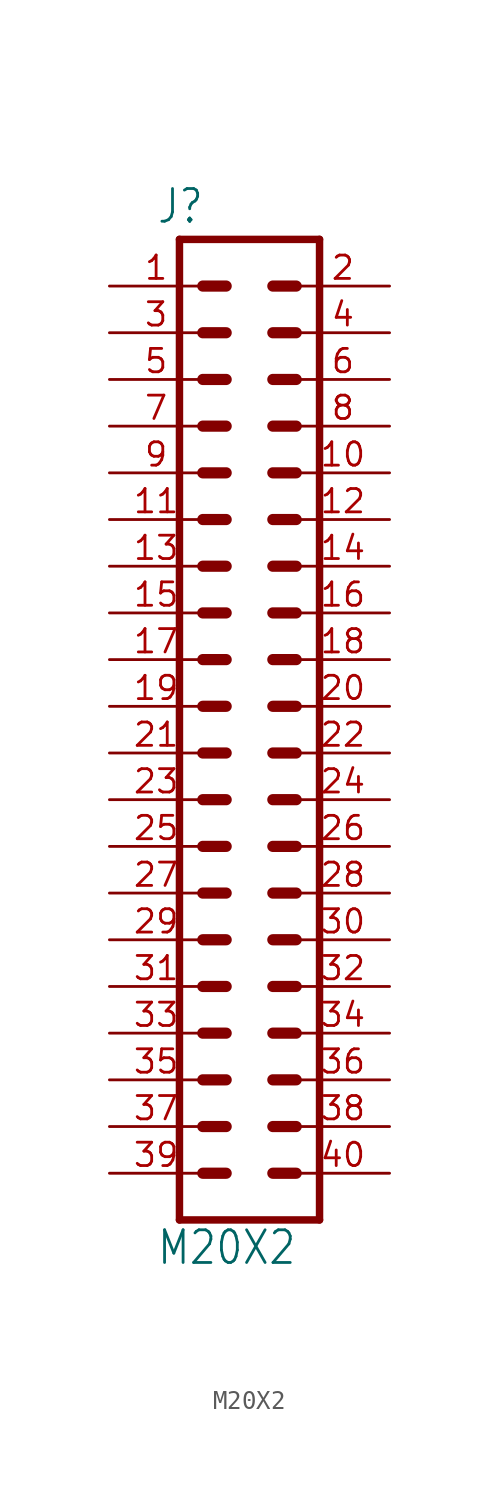
<source format=kicad_sym>
(kicad_symbol_lib
  (version 20211014)
  (generator kicad_symbol_editor)
  (symbol "M20X2"
    (property "Reference" "J"
      (at -5.08 26.162 0)
      (effects (font (size 1.778 1.511)) (justify left bottom)))
    (property "Value" "M20X2"
      (at -5.08 -30.48 0)
      (effects (font (size 1.778 1.511)) (justify left bottom)))
    (property "ki_locked" ""
      (at 0 0 0)
      (effects (font (size 1.27 1.27))))
    (symbol "M20X2_1_0"
      (polyline (pts (xy -3.81 25.4) (xy -3.81 -27.94)) (stroke (width 0.406) (type default) (color 0 0 0 0)) (fill (type none)))
      (polyline (pts (xy -3.81 25.4) (xy 3.81 25.4)) (stroke (width 0.406) (type default) (color 0 0 0 0)) (fill (type none)))
      (polyline (pts (xy -1.27 -25.4) (xy -2.54 -25.4)) (stroke (width 0.61) (type default) (color 0 0 0 0)) (fill (type none)))
      (polyline (pts (xy -1.27 -22.86) (xy -2.54 -22.86)) (stroke (width 0.61) (type default) (color 0 0 0 0)) (fill (type none)))
      (polyline (pts (xy -1.27 -20.32) (xy -2.54 -20.32)) (stroke (width 0.61) (type default) (color 0 0 0 0)) (fill (type none)))
      (polyline (pts (xy -1.27 -17.78) (xy -2.54 -17.78)) (stroke (width 0.61) (type default) (color 0 0 0 0)) (fill (type none)))
      (polyline (pts (xy -1.27 -15.24) (xy -2.54 -15.24)) (stroke (width 0.61) (type default) (color 0 0 0 0)) (fill (type none)))
      (polyline (pts (xy -1.27 -12.7) (xy -2.54 -12.7)) (stroke (width 0.61) (type default) (color 0 0 0 0)) (fill (type none)))
      (polyline (pts (xy -1.27 -10.16) (xy -2.54 -10.16)) (stroke (width 0.61) (type default) (color 0 0 0 0)) (fill (type none)))
      (polyline (pts (xy -1.27 -7.62) (xy -2.54 -7.62)) (stroke (width 0.61) (type default) (color 0 0 0 0)) (fill (type none)))
      (polyline (pts (xy -1.27 -5.08) (xy -2.54 -5.08)) (stroke (width 0.61) (type default) (color 0 0 0 0)) (fill (type none)))
      (polyline (pts (xy -1.27 -2.54) (xy -2.54 -2.54)) (stroke (width 0.61) (type default) (color 0 0 0 0)) (fill (type none)))
      (polyline (pts (xy -1.27 0) (xy -2.54 0)) (stroke (width 0.61) (type default) (color 0 0 0 0)) (fill (type none)))
      (polyline (pts (xy -1.27 2.54) (xy -2.54 2.54)) (stroke (width 0.61) (type default) (color 0 0 0 0)) (fill (type none)))
      (polyline (pts (xy -1.27 5.08) (xy -2.54 5.08)) (stroke (width 0.61) (type default) (color 0 0 0 0)) (fill (type none)))
      (polyline (pts (xy -1.27 7.62) (xy -2.54 7.62)) (stroke (width 0.61) (type default) (color 0 0 0 0)) (fill (type none)))
      (polyline (pts (xy -1.27 10.16) (xy -2.54 10.16)) (stroke (width 0.61) (type default) (color 0 0 0 0)) (fill (type none)))
      (polyline (pts (xy -1.27 12.7) (xy -2.54 12.7)) (stroke (width 0.61) (type default) (color 0 0 0 0)) (fill (type none)))
      (polyline (pts (xy -1.27 15.24) (xy -2.54 15.24)) (stroke (width 0.61) (type default) (color 0 0 0 0)) (fill (type none)))
      (polyline (pts (xy -1.27 17.78) (xy -2.54 17.78)) (stroke (width 0.61) (type default) (color 0 0 0 0)) (fill (type none)))
      (polyline (pts (xy -1.27 20.32) (xy -2.54 20.32)) (stroke (width 0.61) (type default) (color 0 0 0 0)) (fill (type none)))
      (polyline (pts (xy -1.27 22.86) (xy -2.54 22.86)) (stroke (width 0.61) (type default) (color 0 0 0 0)) (fill (type none)))
      (polyline (pts (xy 1.27 -25.4) (xy 2.54 -25.4)) (stroke (width 0.61) (type default) (color 0 0 0 0)) (fill (type none)))
      (polyline (pts (xy 1.27 -22.86) (xy 2.54 -22.86)) (stroke (width 0.61) (type default) (color 0 0 0 0)) (fill (type none)))
      (polyline (pts (xy 1.27 -20.32) (xy 2.54 -20.32)) (stroke (width 0.61) (type default) (color 0 0 0 0)) (fill (type none)))
      (polyline (pts (xy 1.27 -17.78) (xy 2.54 -17.78)) (stroke (width 0.61) (type default) (color 0 0 0 0)) (fill (type none)))
      (polyline (pts (xy 1.27 -15.24) (xy 2.54 -15.24)) (stroke (width 0.61) (type default) (color 0 0 0 0)) (fill (type none)))
      (polyline (pts (xy 1.27 -12.7) (xy 2.54 -12.7)) (stroke (width 0.61) (type default) (color 0 0 0 0)) (fill (type none)))
      (polyline (pts (xy 1.27 -10.16) (xy 2.54 -10.16)) (stroke (width 0.61) (type default) (color 0 0 0 0)) (fill (type none)))
      (polyline (pts (xy 1.27 -7.62) (xy 2.54 -7.62)) (stroke (width 0.61) (type default) (color 0 0 0 0)) (fill (type none)))
      (polyline (pts (xy 1.27 -5.08) (xy 2.54 -5.08)) (stroke (width 0.61) (type default) (color 0 0 0 0)) (fill (type none)))
      (polyline (pts (xy 1.27 -2.54) (xy 2.54 -2.54)) (stroke (width 0.61) (type default) (color 0 0 0 0)) (fill (type none)))
      (polyline (pts (xy 1.27 0) (xy 2.54 0)) (stroke (width 0.61) (type default) (color 0 0 0 0)) (fill (type none)))
      (polyline (pts (xy 1.27 2.54) (xy 2.54 2.54)) (stroke (width 0.61) (type default) (color 0 0 0 0)) (fill (type none)))
      (polyline (pts (xy 1.27 5.08) (xy 2.54 5.08)) (stroke (width 0.61) (type default) (color 0 0 0 0)) (fill (type none)))
      (polyline (pts (xy 1.27 7.62) (xy 2.54 7.62)) (stroke (width 0.61) (type default) (color 0 0 0 0)) (fill (type none)))
      (polyline (pts (xy 1.27 10.16) (xy 2.54 10.16)) (stroke (width 0.61) (type default) (color 0 0 0 0)) (fill (type none)))
      (polyline (pts (xy 1.27 12.7) (xy 2.54 12.7)) (stroke (width 0.61) (type default) (color 0 0 0 0)) (fill (type none)))
      (polyline (pts (xy 1.27 15.24) (xy 2.54 15.24)) (stroke (width 0.61) (type default) (color 0 0 0 0)) (fill (type none)))
      (polyline (pts (xy 1.27 17.78) (xy 2.54 17.78)) (stroke (width 0.61) (type default) (color 0 0 0 0)) (fill (type none)))
      (polyline (pts (xy 1.27 20.32) (xy 2.54 20.32)) (stroke (width 0.61) (type default) (color 0 0 0 0)) (fill (type none)))
      (polyline (pts (xy 1.27 22.86) (xy 2.54 22.86)) (stroke (width 0.61) (type default) (color 0 0 0 0)) (fill (type none)))
      (polyline (pts (xy 3.81 -27.94) (xy -3.81 -27.94)) (stroke (width 0.406) (type default) (color 0 0 0 0)) (fill (type none)))
      (polyline (pts (xy 3.81 -27.94) (xy 3.81 25.4)) (stroke (width 0.406) (type default) (color 0 0 0 0)) (fill (type none)))
      (pin passive line (at -7.62 22.86 0) (length 5.08) (name "1" (effects (font (size 0 0)))) (number "1" (effects (font (size 1.27 1.27)))))
      (pin passive line (at 7.62 12.7 180) (length 5.08) (name "10" (effects (font (size 0 0)))) (number "10" (effects (font (size 1.27 1.27)))))
      (pin passive line (at -7.62 10.16 0) (length 5.08) (name "11" (effects (font (size 0 0)))) (number "11" (effects (font (size 1.27 1.27)))))
      (pin passive line (at 7.62 10.16 180) (length 5.08) (name "12" (effects (font (size 0 0)))) (number "12" (effects (font (size 1.27 1.27)))))
      (pin passive line (at -7.62 7.62 0) (length 5.08) (name "13" (effects (font (size 0 0)))) (number "13" (effects (font (size 1.27 1.27)))))
      (pin passive line (at 7.62 7.62 180) (length 5.08) (name "14" (effects (font (size 0 0)))) (number "14" (effects (font (size 1.27 1.27)))))
      (pin passive line (at -7.62 5.08 0) (length 5.08) (name "15" (effects (font (size 0 0)))) (number "15" (effects (font (size 1.27 1.27)))))
      (pin passive line (at 7.62 5.08 180) (length 5.08) (name "16" (effects (font (size 0 0)))) (number "16" (effects (font (size 1.27 1.27)))))
      (pin passive line (at -7.62 2.54 0) (length 5.08) (name "17" (effects (font (size 0 0)))) (number "17" (effects (font (size 1.27 1.27)))))
      (pin passive line (at 7.62 2.54 180) (length 5.08) (name "18" (effects (font (size 0 0)))) (number "18" (effects (font (size 1.27 1.27)))))
      (pin passive line (at -7.62 0 0) (length 5.08) (name "19" (effects (font (size 0 0)))) (number "19" (effects (font (size 1.27 1.27)))))
      (pin passive line (at 7.62 22.86 180) (length 5.08) (name "2" (effects (font (size 0 0)))) (number "2" (effects (font (size 1.27 1.27)))))
      (pin passive line (at 7.62 0 180) (length 5.08) (name "20" (effects (font (size 0 0)))) (number "20" (effects (font (size 1.27 1.27)))))
      (pin passive line (at -7.62 -2.54 0) (length 5.08) (name "21" (effects (font (size 0 0)))) (number "21" (effects (font (size 1.27 1.27)))))
      (pin passive line (at 7.62 -2.54 180) (length 5.08) (name "22" (effects (font (size 0 0)))) (number "22" (effects (font (size 1.27 1.27)))))
      (pin passive line (at -7.62 -5.08 0) (length 5.08) (name "23" (effects (font (size 0 0)))) (number "23" (effects (font (size 1.27 1.27)))))
      (pin passive line (at 7.62 -5.08 180) (length 5.08) (name "24" (effects (font (size 0 0)))) (number "24" (effects (font (size 1.27 1.27)))))
      (pin passive line (at -7.62 -7.62 0) (length 5.08) (name "25" (effects (font (size 0 0)))) (number "25" (effects (font (size 1.27 1.27)))))
      (pin passive line (at 7.62 -7.62 180) (length 5.08) (name "26" (effects (font (size 0 0)))) (number "26" (effects (font (size 1.27 1.27)))))
      (pin passive line (at -7.62 -10.16 0) (length 5.08) (name "27" (effects (font (size 0 0)))) (number "27" (effects (font (size 1.27 1.27)))))
      (pin passive line (at 7.62 -10.16 180) (length 5.08) (name "28" (effects (font (size 0 0)))) (number "28" (effects (font (size 1.27 1.27)))))
      (pin passive line (at -7.62 -12.7 0) (length 5.08) (name "29" (effects (font (size 0 0)))) (number "29" (effects (font (size 1.27 1.27)))))
      (pin passive line (at -7.62 20.32 0) (length 5.08) (name "3" (effects (font (size 0 0)))) (number "3" (effects (font (size 1.27 1.27)))))
      (pin passive line (at 7.62 -12.7 180) (length 5.08) (name "30" (effects (font (size 0 0)))) (number "30" (effects (font (size 1.27 1.27)))))
      (pin passive line (at -7.62 -15.24 0) (length 5.08) (name "31" (effects (font (size 0 0)))) (number "31" (effects (font (size 1.27 1.27)))))
      (pin passive line (at 7.62 -15.24 180) (length 5.08) (name "32" (effects (font (size 0 0)))) (number "32" (effects (font (size 1.27 1.27)))))
      (pin passive line (at -7.62 -17.78 0) (length 5.08) (name "33" (effects (font (size 0 0)))) (number "33" (effects (font (size 1.27 1.27)))))
      (pin passive line (at 7.62 -17.78 180) (length 5.08) (name "34" (effects (font (size 0 0)))) (number "34" (effects (font (size 1.27 1.27)))))
      (pin passive line (at -7.62 -20.32 0) (length 5.08) (name "35" (effects (font (size 0 0)))) (number "35" (effects (font (size 1.27 1.27)))))
      (pin passive line (at 7.62 -20.32 180) (length 5.08) (name "36" (effects (font (size 0 0)))) (number "36" (effects (font (size 1.27 1.27)))))
      (pin passive line (at -7.62 -22.86 0) (length 5.08) (name "37" (effects (font (size 0 0)))) (number "37" (effects (font (size 1.27 1.27)))))
      (pin passive line (at 7.62 -22.86 180) (length 5.08) (name "38" (effects (font (size 0 0)))) (number "38" (effects (font (size 1.27 1.27)))))
      (pin passive line (at -7.62 -25.4 0) (length 5.08) (name "39" (effects (font (size 0 0)))) (number "39" (effects (font (size 1.27 1.27)))))
      (pin passive line (at 7.62 20.32 180) (length 5.08) (name "4" (effects (font (size 0 0)))) (number "4" (effects (font (size 1.27 1.27)))))
      (pin passive line (at 7.62 -25.4 180) (length 5.08) (name "40" (effects (font (size 0 0)))) (number "40" (effects (font (size 1.27 1.27)))))
      (pin passive line (at -7.62 17.78 0) (length 5.08) (name "5" (effects (font (size 0 0)))) (number "5" (effects (font (size 1.27 1.27)))))
      (pin passive line (at 7.62 17.78 180) (length 5.08) (name "6" (effects (font (size 0 0)))) (number "6" (effects (font (size 1.27 1.27)))))
      (pin passive line (at -7.62 15.24 0) (length 5.08) (name "7" (effects (font (size 0 0)))) (number "7" (effects (font (size 1.27 1.27)))))
      (pin passive line (at 7.62 15.24 180) (length 5.08) (name "8" (effects (font (size 0 0)))) (number "8" (effects (font (size 1.27 1.27)))))
      (pin passive line (at -7.62 12.7 0) (length 5.08) (name "9" (effects (font (size 0 0)))) (number "9" (effects (font (size 1.27 1.27))))))))
</source>
